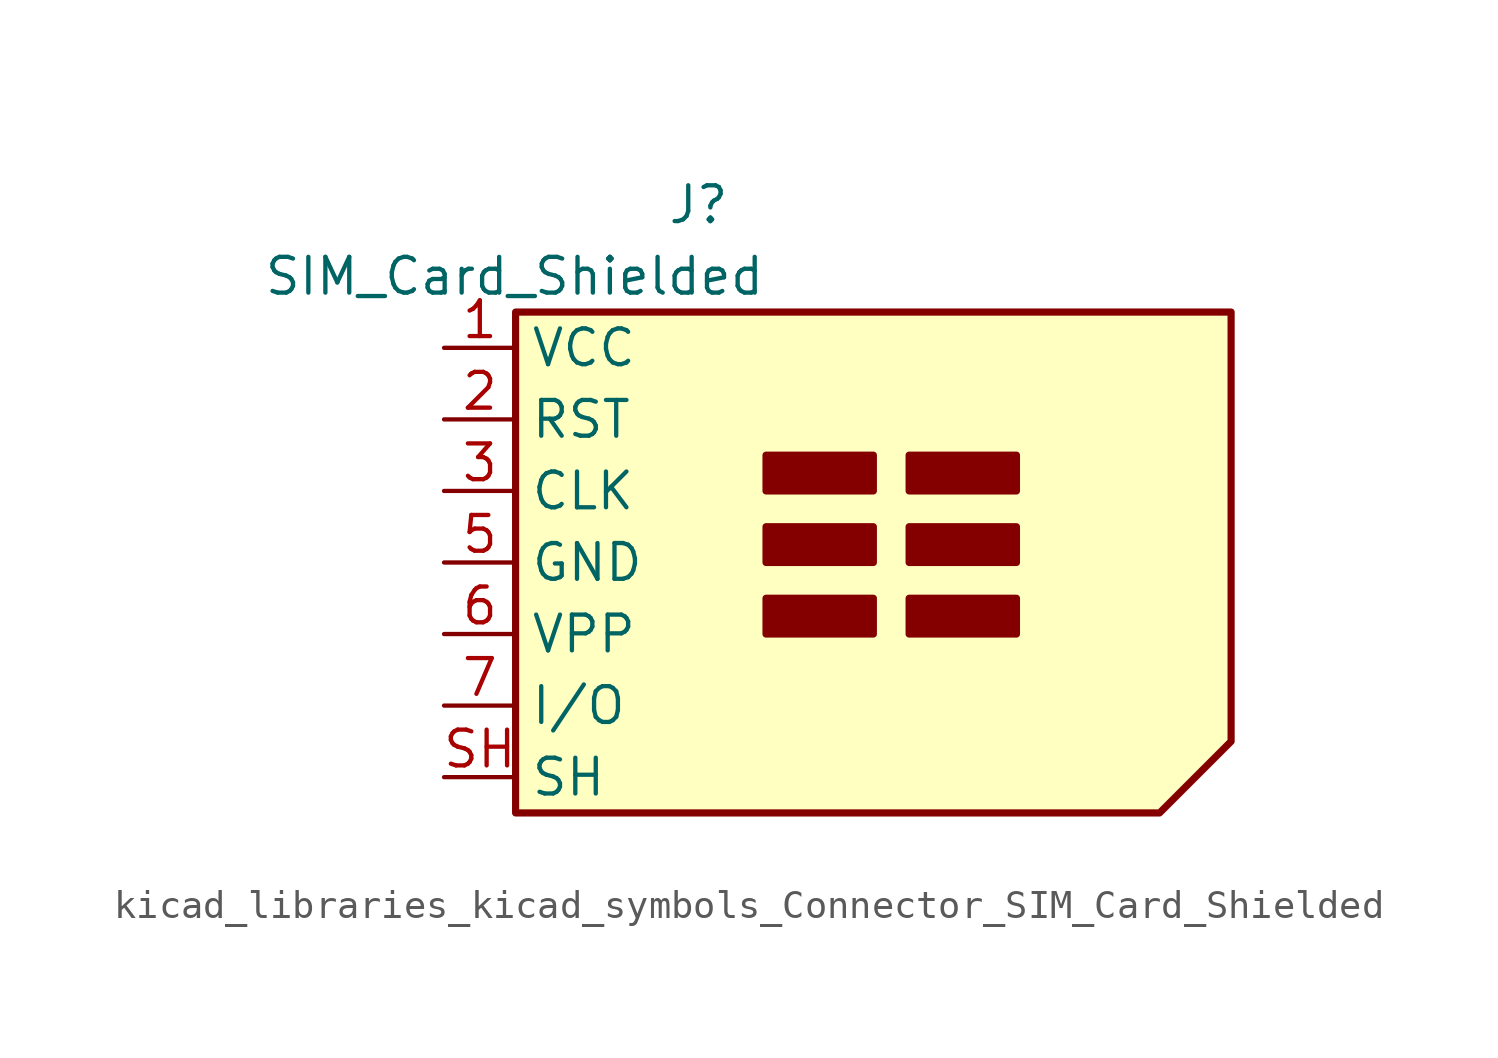
<source format=kicad_sym>
(kicad_symbol_lib
  (version 20220914)
  (generator kicad_symbol_editor)
  (symbol "kicad_libraries_kicad_symbols_Connector_SIM_Card_Shielded"
    (property "Reference" "J"
      (at -2.54 12.7 0)
      (effects (font (size 1.27 1.27)) (justify right)))
    (property "Value" "SIM_Card_Shielded"
      (at -1.27 10.16 0)
      (effects (font (size 1.27 1.27)) (justify right)))
    (symbol "kicad_libraries_kicad_symbols_Connector_SIM_Card_Shielded_0_1"
      (rectangle (start -1.27 -2.54) (end 2.54 -1.27) (stroke (width 0.254) (type default)) (fill (type outline)))
      (rectangle (start -1.27 0) (end 2.54 1.27) (stroke (width 0.254) (type default)) (fill (type outline)))
      (rectangle (start -1.27 2.54) (end 2.54 3.81) (stroke (width 0.254) (type default)) (fill (type outline)))
      (polyline (pts (xy -10.16 8.89) (xy -10.16 -8.89) (xy 12.7 -8.89) (xy 15.24 -6.35) (xy 15.24 8.89) (xy -10.16 8.89)) (stroke (width 0.254) (type default)) (fill (type background)))
      (rectangle (start 3.81 -1.27) (end 7.62 -2.54) (stroke (width 0.254) (type default)) (fill (type outline)))
      (rectangle (start 3.81 0) (end 7.62 1.27) (stroke (width 0.254) (type default)) (fill (type outline)))
      (rectangle (start 3.81 2.54) (end 7.62 3.81) (stroke (width 0.254) (type default)) (fill (type outline))))
    (symbol "kicad_libraries_kicad_symbols_Connector_SIM_Card_Shielded_1_1"
      (pin power_in line (at -12.7 7.62 0) (length 2.54) (name "VCC" (effects (font (size 1.27 1.27)))) (number "1" (effects (font (size 1.27 1.27)))))
      (pin input line (at -12.7 5.08 0) (length 2.54) (name "RST" (effects (font (size 1.27 1.27)))) (number "2" (effects (font (size 1.27 1.27)))))
      (pin input line (at -12.7 2.54 0) (length 2.54) (name "CLK" (effects (font (size 1.27 1.27)))) (number "3" (effects (font (size 1.27 1.27)))))
      (pin power_in line (at -12.7 0 0) (length 2.54) (name "GND" (effects (font (size 1.27 1.27)))) (number "5" (effects (font (size 1.27 1.27)))))
      (pin input line (at -12.7 -2.54 0) (length 2.54) (name "VPP" (effects (font (size 1.27 1.27)))) (number "6" (effects (font (size 1.27 1.27)))))
      (pin bidirectional line (at -12.7 -5.08 0) (length 2.54) (name "I/O" (effects (font (size 1.27 1.27)))) (number "7" (effects (font (size 1.27 1.27)))))
      (pin passive line (at -12.7 -7.62 0) (length 2.54) (name "SH" (effects (font (size 1.27 1.27)))) (number "SH" (effects (font (size 1.27 1.27))))))))
</source>
